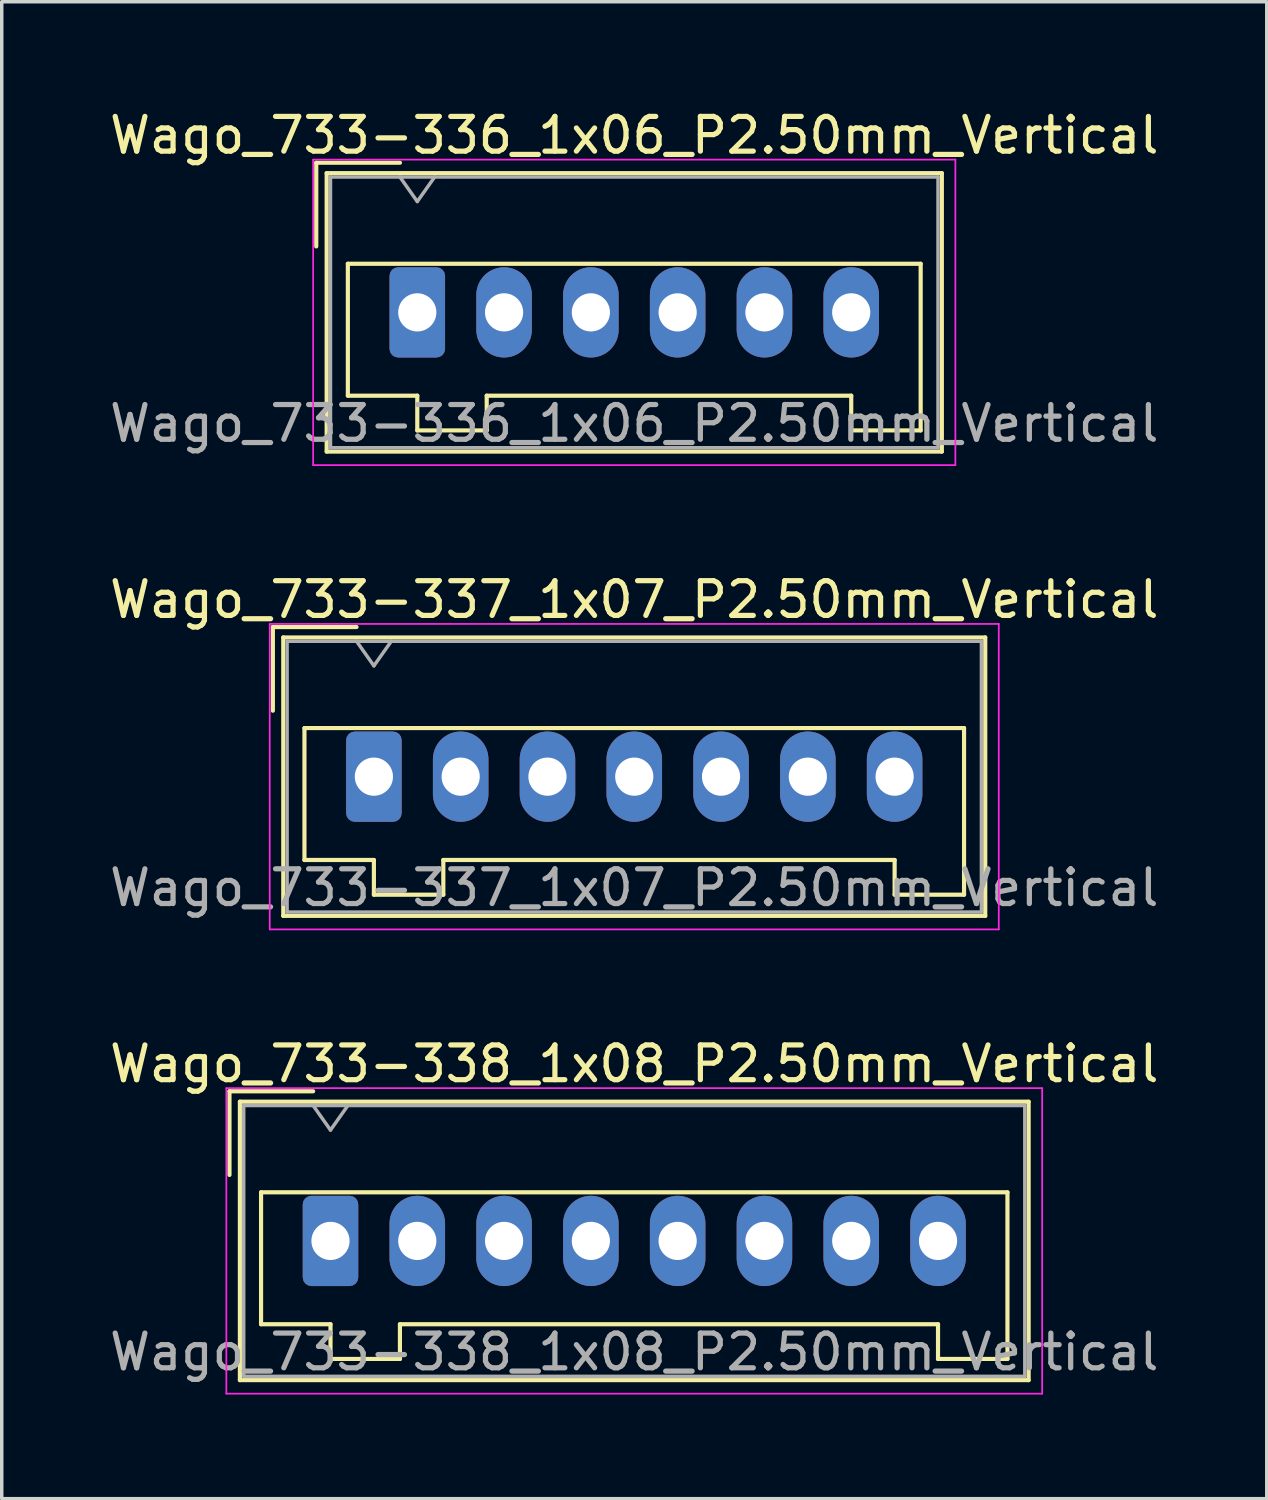
<source format=kicad_pcb>
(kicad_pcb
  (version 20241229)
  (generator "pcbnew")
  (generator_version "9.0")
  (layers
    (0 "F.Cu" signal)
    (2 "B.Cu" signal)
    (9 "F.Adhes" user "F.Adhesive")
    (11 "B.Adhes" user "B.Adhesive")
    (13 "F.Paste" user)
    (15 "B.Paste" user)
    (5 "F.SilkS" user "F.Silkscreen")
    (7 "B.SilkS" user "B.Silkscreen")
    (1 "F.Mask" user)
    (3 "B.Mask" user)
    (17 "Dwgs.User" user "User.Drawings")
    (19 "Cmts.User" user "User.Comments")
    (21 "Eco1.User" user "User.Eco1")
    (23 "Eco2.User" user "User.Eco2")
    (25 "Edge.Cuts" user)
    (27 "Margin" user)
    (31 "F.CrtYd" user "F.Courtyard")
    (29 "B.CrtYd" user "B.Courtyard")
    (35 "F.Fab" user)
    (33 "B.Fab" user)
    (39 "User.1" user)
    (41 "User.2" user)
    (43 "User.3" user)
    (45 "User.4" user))
  (footprint "Wago_733-338_1x08_P2.50mm_Vertical"
    (layer "F.Cu")
    (at 6.47 32.695)
    (property "Reference" "Wago_733-338_1x08_P2.50mm_Vertical" (at 8.75 -5.1 0) (layer "F.SilkS") (effects (font (size 1 1) (thickness 0.15))))
    (attr through_hole)
    (fp_line (start -2.91 -4.31) (end -0.5 -4.31) (stroke (width 0.12) (type solid)) (layer "F.SilkS"))
    (fp_line (start -2.91 -1.9) (end -2.91 -4.31) (stroke (width 0.12) (type solid)) (layer "F.SilkS"))
    (fp_line (start -2.61 -4.01) (end -2.61 4.01) (stroke (width 0.12) (type solid)) (layer "F.SilkS"))
    (fp_line (start -2.61 4.01) (end 20.11 4.01) (stroke (width 0.12) (type solid)) (layer "F.SilkS"))
    (fp_line (start -2 -1.4) (end -2 2.4) (stroke (width 0.12) (type solid)) (layer "F.SilkS"))
    (fp_line (start -2 2.4) (end 0 2.4) (stroke (width 0.12) (type solid)) (layer "F.SilkS"))
    (fp_line (start 0 2.4) (end 0 3.4) (stroke (width 0.12) (type solid)) (layer "F.SilkS"))
    (fp_line (start 0 3.4) (end 2 3.4) (stroke (width 0.12) (type solid)) (layer "F.SilkS"))
    (fp_line (start 2 2.4) (end 17.5 2.4) (stroke (width 0.12) (type solid)) (layer "F.SilkS"))
    (fp_line (start 2 3.4) (end 2 2.4) (stroke (width 0.12) (type solid)) (layer "F.SilkS"))
    (fp_line (start 17.5 2.4) (end 17.5 3.4) (stroke (width 0.12) (type solid)) (layer "F.SilkS"))
    (fp_line (start 17.5 3.4) (end 19.5 3.4) (stroke (width 0.12) (type solid)) (layer "F.SilkS"))
    (fp_line (start 19.5 -1.4) (end -2 -1.4) (stroke (width 0.12) (type solid)) (layer "F.SilkS"))
    (fp_line (start 19.5 3.4) (end 19.5 -1.4) (stroke (width 0.12) (type solid)) (layer "F.SilkS"))
    (fp_line (start 20.11 -4.01) (end -2.61 -4.01) (stroke (width 0.12) (type solid)) (layer "F.SilkS"))
    (fp_line (start 20.11 4.01) (end 20.11 -4.01) (stroke (width 0.12) (type solid)) (layer "F.SilkS"))
    (fp_line (start -3 -4.4) (end -3 4.4) (stroke (width 0.05) (type solid)) (layer "F.CrtYd"))
    (fp_line (start -3 4.4) (end 20.5 4.4) (stroke (width 0.05) (type solid)) (layer "F.CrtYd"))
    (fp_line (start 20.5 -4.4) (end -3 -4.4) (stroke (width 0.05) (type solid)) (layer "F.CrtYd"))
    (fp_line (start 20.5 4.4) (end 20.5 -4.4) (stroke (width 0.05) (type solid)) (layer "F.CrtYd"))
    (fp_line (start -2.5 -3.9) (end -2.5 3.9) (stroke (width 0.1) (type solid)) (layer "F.Fab"))
    (fp_line (start -2.5 3.9) (end 20 3.9) (stroke (width 0.1) (type solid)) (layer "F.Fab"))
    (fp_line (start -0.5 -3.9) (end 0 -3.193) (stroke (width 0.1) (type solid)) (layer "F.Fab"))
    (fp_line (start 0 -3.193) (end 0.5 -3.9) (stroke (width 0.1) (type solid)) (layer "F.Fab"))
    (fp_line (start 20 -3.9) (end -2.5 -3.9) (stroke (width 0.1) (type solid)) (layer "F.Fab"))
    (fp_line (start 20 3.9) (end 20 -3.9) (stroke (width 0.1) (type solid)) (layer "F.Fab"))
    (fp_text user "${REFERENCE}" (at 8.75 3.2 0) (layer "F.Fab") (effects (font (size 1 1) (thickness 0.15))))
    (pad "1" thru_hole roundrect (at 0 0) (size 1.6 2.6) (drill 1.1) (layers "*.Cu" "*.Mask") (roundrect_rratio 0.156))
    (pad "2" thru_hole oval (at 2.5 0) (size 1.6 2.6) (drill 1.1) (layers "*.Cu" "*.Mask"))
    (pad "3" thru_hole oval (at 5 0) (size 1.6 2.6) (drill 1.1) (layers "*.Cu" "*.Mask"))
    (pad "4" thru_hole oval (at 7.5 0) (size 1.6 2.6) (drill 1.1) (layers "*.Cu" "*.Mask"))
    (pad "5" thru_hole oval (at 10 0) (size 1.6 2.6) (drill 1.1) (layers "*.Cu" "*.Mask"))
    (pad "6" thru_hole oval (at 12.5 0) (size 1.6 2.6) (drill 1.1) (layers "*.Cu" "*.Mask"))
    (pad "7" thru_hole oval (at 15 0) (size 1.6 2.6) (drill 1.1) (layers "*.Cu" "*.Mask"))
    (pad "8" thru_hole oval (at 17.5 0) (size 1.6 2.6) (drill 1.1) (layers "*.Cu" "*.Mask")))
  (footprint "Wago_733-336_1x06_P2.50mm_Vertical"
    (layer "F.Cu")
    (at 8.97 5.948)
    (property "Reference" "Wago_733-336_1x06_P2.50mm_Vertical" (at 6.25 -5.1 0) (layer "F.SilkS") (effects (font (size 1 1) (thickness 0.15))))
    (attr through_hole)
    (fp_line (start -2.91 -4.31) (end -0.5 -4.31) (stroke (width 0.12) (type solid)) (layer "F.SilkS"))
    (fp_line (start -2.91 -1.9) (end -2.91 -4.31) (stroke (width 0.12) (type solid)) (layer "F.SilkS"))
    (fp_line (start -2.61 -4.01) (end -2.61 4.01) (stroke (width 0.12) (type solid)) (layer "F.SilkS"))
    (fp_line (start -2.61 4.01) (end 15.11 4.01) (stroke (width 0.12) (type solid)) (layer "F.SilkS"))
    (fp_line (start -2 -1.4) (end -2 2.4) (stroke (width 0.12) (type solid)) (layer "F.SilkS"))
    (fp_line (start -2 2.4) (end 0 2.4) (stroke (width 0.12) (type solid)) (layer "F.SilkS"))
    (fp_line (start 0 2.4) (end 0 3.4) (stroke (width 0.12) (type solid)) (layer "F.SilkS"))
    (fp_line (start 0 3.4) (end 2 3.4) (stroke (width 0.12) (type solid)) (layer "F.SilkS"))
    (fp_line (start 2 2.4) (end 12.5 2.4) (stroke (width 0.12) (type solid)) (layer "F.SilkS"))
    (fp_line (start 2 3.4) (end 2 2.4) (stroke (width 0.12) (type solid)) (layer "F.SilkS"))
    (fp_line (start 12.5 2.4) (end 12.5 3.4) (stroke (width 0.12) (type solid)) (layer "F.SilkS"))
    (fp_line (start 12.5 3.4) (end 14.5 3.4) (stroke (width 0.12) (type solid)) (layer "F.SilkS"))
    (fp_line (start 14.5 -1.4) (end -2 -1.4) (stroke (width 0.12) (type solid)) (layer "F.SilkS"))
    (fp_line (start 14.5 3.4) (end 14.5 -1.4) (stroke (width 0.12) (type solid)) (layer "F.SilkS"))
    (fp_line (start 15.11 -4.01) (end -2.61 -4.01) (stroke (width 0.12) (type solid)) (layer "F.SilkS"))
    (fp_line (start 15.11 4.01) (end 15.11 -4.01) (stroke (width 0.12) (type solid)) (layer "F.SilkS"))
    (fp_line (start -3 -4.4) (end -3 4.4) (stroke (width 0.05) (type solid)) (layer "F.CrtYd"))
    (fp_line (start -3 4.4) (end 15.5 4.4) (stroke (width 0.05) (type solid)) (layer "F.CrtYd"))
    (fp_line (start 15.5 -4.4) (end -3 -4.4) (stroke (width 0.05) (type solid)) (layer "F.CrtYd"))
    (fp_line (start 15.5 4.4) (end 15.5 -4.4) (stroke (width 0.05) (type solid)) (layer "F.CrtYd"))
    (fp_line (start -2.5 -3.9) (end -2.5 3.9) (stroke (width 0.1) (type solid)) (layer "F.Fab"))
    (fp_line (start -2.5 3.9) (end 15 3.9) (stroke (width 0.1) (type solid)) (layer "F.Fab"))
    (fp_line (start -0.5 -3.9) (end 0 -3.193) (stroke (width 0.1) (type solid)) (layer "F.Fab"))
    (fp_line (start 0 -3.193) (end 0.5 -3.9) (stroke (width 0.1) (type solid)) (layer "F.Fab"))
    (fp_line (start 15 -3.9) (end -2.5 -3.9) (stroke (width 0.1) (type solid)) (layer "F.Fab"))
    (fp_line (start 15 3.9) (end 15 -3.9) (stroke (width 0.1) (type solid)) (layer "F.Fab"))
    (fp_text user "${REFERENCE}" (at 6.25 3.2 0) (layer "F.Fab") (effects (font (size 1 1) (thickness 0.15))))
    (pad "1" thru_hole roundrect (at 0 0) (size 1.6 2.6) (drill 1.1) (layers "*.Cu" "*.Mask") (roundrect_rratio 0.156))
    (pad "2" thru_hole oval (at 2.5 0) (size 1.6 2.6) (drill 1.1) (layers "*.Cu" "*.Mask"))
    (pad "3" thru_hole oval (at 5 0) (size 1.6 2.6) (drill 1.1) (layers "*.Cu" "*.Mask"))
    (pad "4" thru_hole oval (at 7.5 0) (size 1.6 2.6) (drill 1.1) (layers "*.Cu" "*.Mask"))
    (pad "5" thru_hole oval (at 10 0) (size 1.6 2.6) (drill 1.1) (layers "*.Cu" "*.Mask"))
    (pad "6" thru_hole oval (at 12.5 0) (size 1.6 2.6) (drill 1.1) (layers "*.Cu" "*.Mask")))
  (footprint "Wago_733-337_1x07_P2.50mm_Vertical"
    (layer "F.Cu")
    (at 7.72 19.322)
    (property "Reference" "Wago_733-337_1x07_P2.50mm_Vertical" (at 7.5 -5.1 0) (layer "F.SilkS") (effects (font (size 1 1) (thickness 0.15))))
    (attr through_hole)
    (fp_line (start -2.91 -4.31) (end -0.5 -4.31) (stroke (width 0.12) (type solid)) (layer "F.SilkS"))
    (fp_line (start -2.91 -1.9) (end -2.91 -4.31) (stroke (width 0.12) (type solid)) (layer "F.SilkS"))
    (fp_line (start -2.61 -4.01) (end -2.61 4.01) (stroke (width 0.12) (type solid)) (layer "F.SilkS"))
    (fp_line (start -2.61 4.01) (end 17.61 4.01) (stroke (width 0.12) (type solid)) (layer "F.SilkS"))
    (fp_line (start -2 -1.4) (end -2 2.4) (stroke (width 0.12) (type solid)) (layer "F.SilkS"))
    (fp_line (start -2 2.4) (end 0 2.4) (stroke (width 0.12) (type solid)) (layer "F.SilkS"))
    (fp_line (start 0 2.4) (end 0 3.4) (stroke (width 0.12) (type solid)) (layer "F.SilkS"))
    (fp_line (start 0 3.4) (end 2 3.4) (stroke (width 0.12) (type solid)) (layer "F.SilkS"))
    (fp_line (start 2 2.4) (end 15 2.4) (stroke (width 0.12) (type solid)) (layer "F.SilkS"))
    (fp_line (start 2 3.4) (end 2 2.4) (stroke (width 0.12) (type solid)) (layer "F.SilkS"))
    (fp_line (start 15 2.4) (end 15 3.4) (stroke (width 0.12) (type solid)) (layer "F.SilkS"))
    (fp_line (start 15 3.4) (end 17 3.4) (stroke (width 0.12) (type solid)) (layer "F.SilkS"))
    (fp_line (start 17 -1.4) (end -2 -1.4) (stroke (width 0.12) (type solid)) (layer "F.SilkS"))
    (fp_line (start 17 3.4) (end 17 -1.4) (stroke (width 0.12) (type solid)) (layer "F.SilkS"))
    (fp_line (start 17.61 -4.01) (end -2.61 -4.01) (stroke (width 0.12) (type solid)) (layer "F.SilkS"))
    (fp_line (start 17.61 4.01) (end 17.61 -4.01) (stroke (width 0.12) (type solid)) (layer "F.SilkS"))
    (fp_line (start -3 -4.4) (end -3 4.4) (stroke (width 0.05) (type solid)) (layer "F.CrtYd"))
    (fp_line (start -3 4.4) (end 18 4.4) (stroke (width 0.05) (type solid)) (layer "F.CrtYd"))
    (fp_line (start 18 -4.4) (end -3 -4.4) (stroke (width 0.05) (type solid)) (layer "F.CrtYd"))
    (fp_line (start 18 4.4) (end 18 -4.4) (stroke (width 0.05) (type solid)) (layer "F.CrtYd"))
    (fp_line (start -2.5 -3.9) (end -2.5 3.9) (stroke (width 0.1) (type solid)) (layer "F.Fab"))
    (fp_line (start -2.5 3.9) (end 17.5 3.9) (stroke (width 0.1) (type solid)) (layer "F.Fab"))
    (fp_line (start -0.5 -3.9) (end 0 -3.193) (stroke (width 0.1) (type solid)) (layer "F.Fab"))
    (fp_line (start 0 -3.193) (end 0.5 -3.9) (stroke (width 0.1) (type solid)) (layer "F.Fab"))
    (fp_line (start 17.5 -3.9) (end -2.5 -3.9) (stroke (width 0.1) (type solid)) (layer "F.Fab"))
    (fp_line (start 17.5 3.9) (end 17.5 -3.9) (stroke (width 0.1) (type solid)) (layer "F.Fab"))
    (fp_text user "${REFERENCE}" (at 7.5 3.2 0) (layer "F.Fab") (effects (font (size 1 1) (thickness 0.15))))
    (pad "1" thru_hole roundrect (at 0 0) (size 1.6 2.6) (drill 1.1) (layers "*.Cu" "*.Mask") (roundrect_rratio 0.156))
    (pad "2" thru_hole oval (at 2.5 0) (size 1.6 2.6) (drill 1.1) (layers "*.Cu" "*.Mask"))
    (pad "3" thru_hole oval (at 5 0) (size 1.6 2.6) (drill 1.1) (layers "*.Cu" "*.Mask"))
    (pad "4" thru_hole oval (at 7.5 0) (size 1.6 2.6) (drill 1.1) (layers "*.Cu" "*.Mask"))
    (pad "5" thru_hole oval (at 10 0) (size 1.6 2.6) (drill 1.1) (layers "*.Cu" "*.Mask"))
    (pad "6" thru_hole oval (at 12.5 0) (size 1.6 2.6) (drill 1.1) (layers "*.Cu" "*.Mask"))
    (pad "7" thru_hole oval (at 15 0) (size 1.6 2.6) (drill 1.1) (layers "*.Cu" "*.Mask")))
  (gr_rect
    (start -3 -3)
    (end 33.44 40.12)
    (stroke (width 0.1) (type default))
    (fill no)
    (layer "Edge.Cuts")))
</source>
